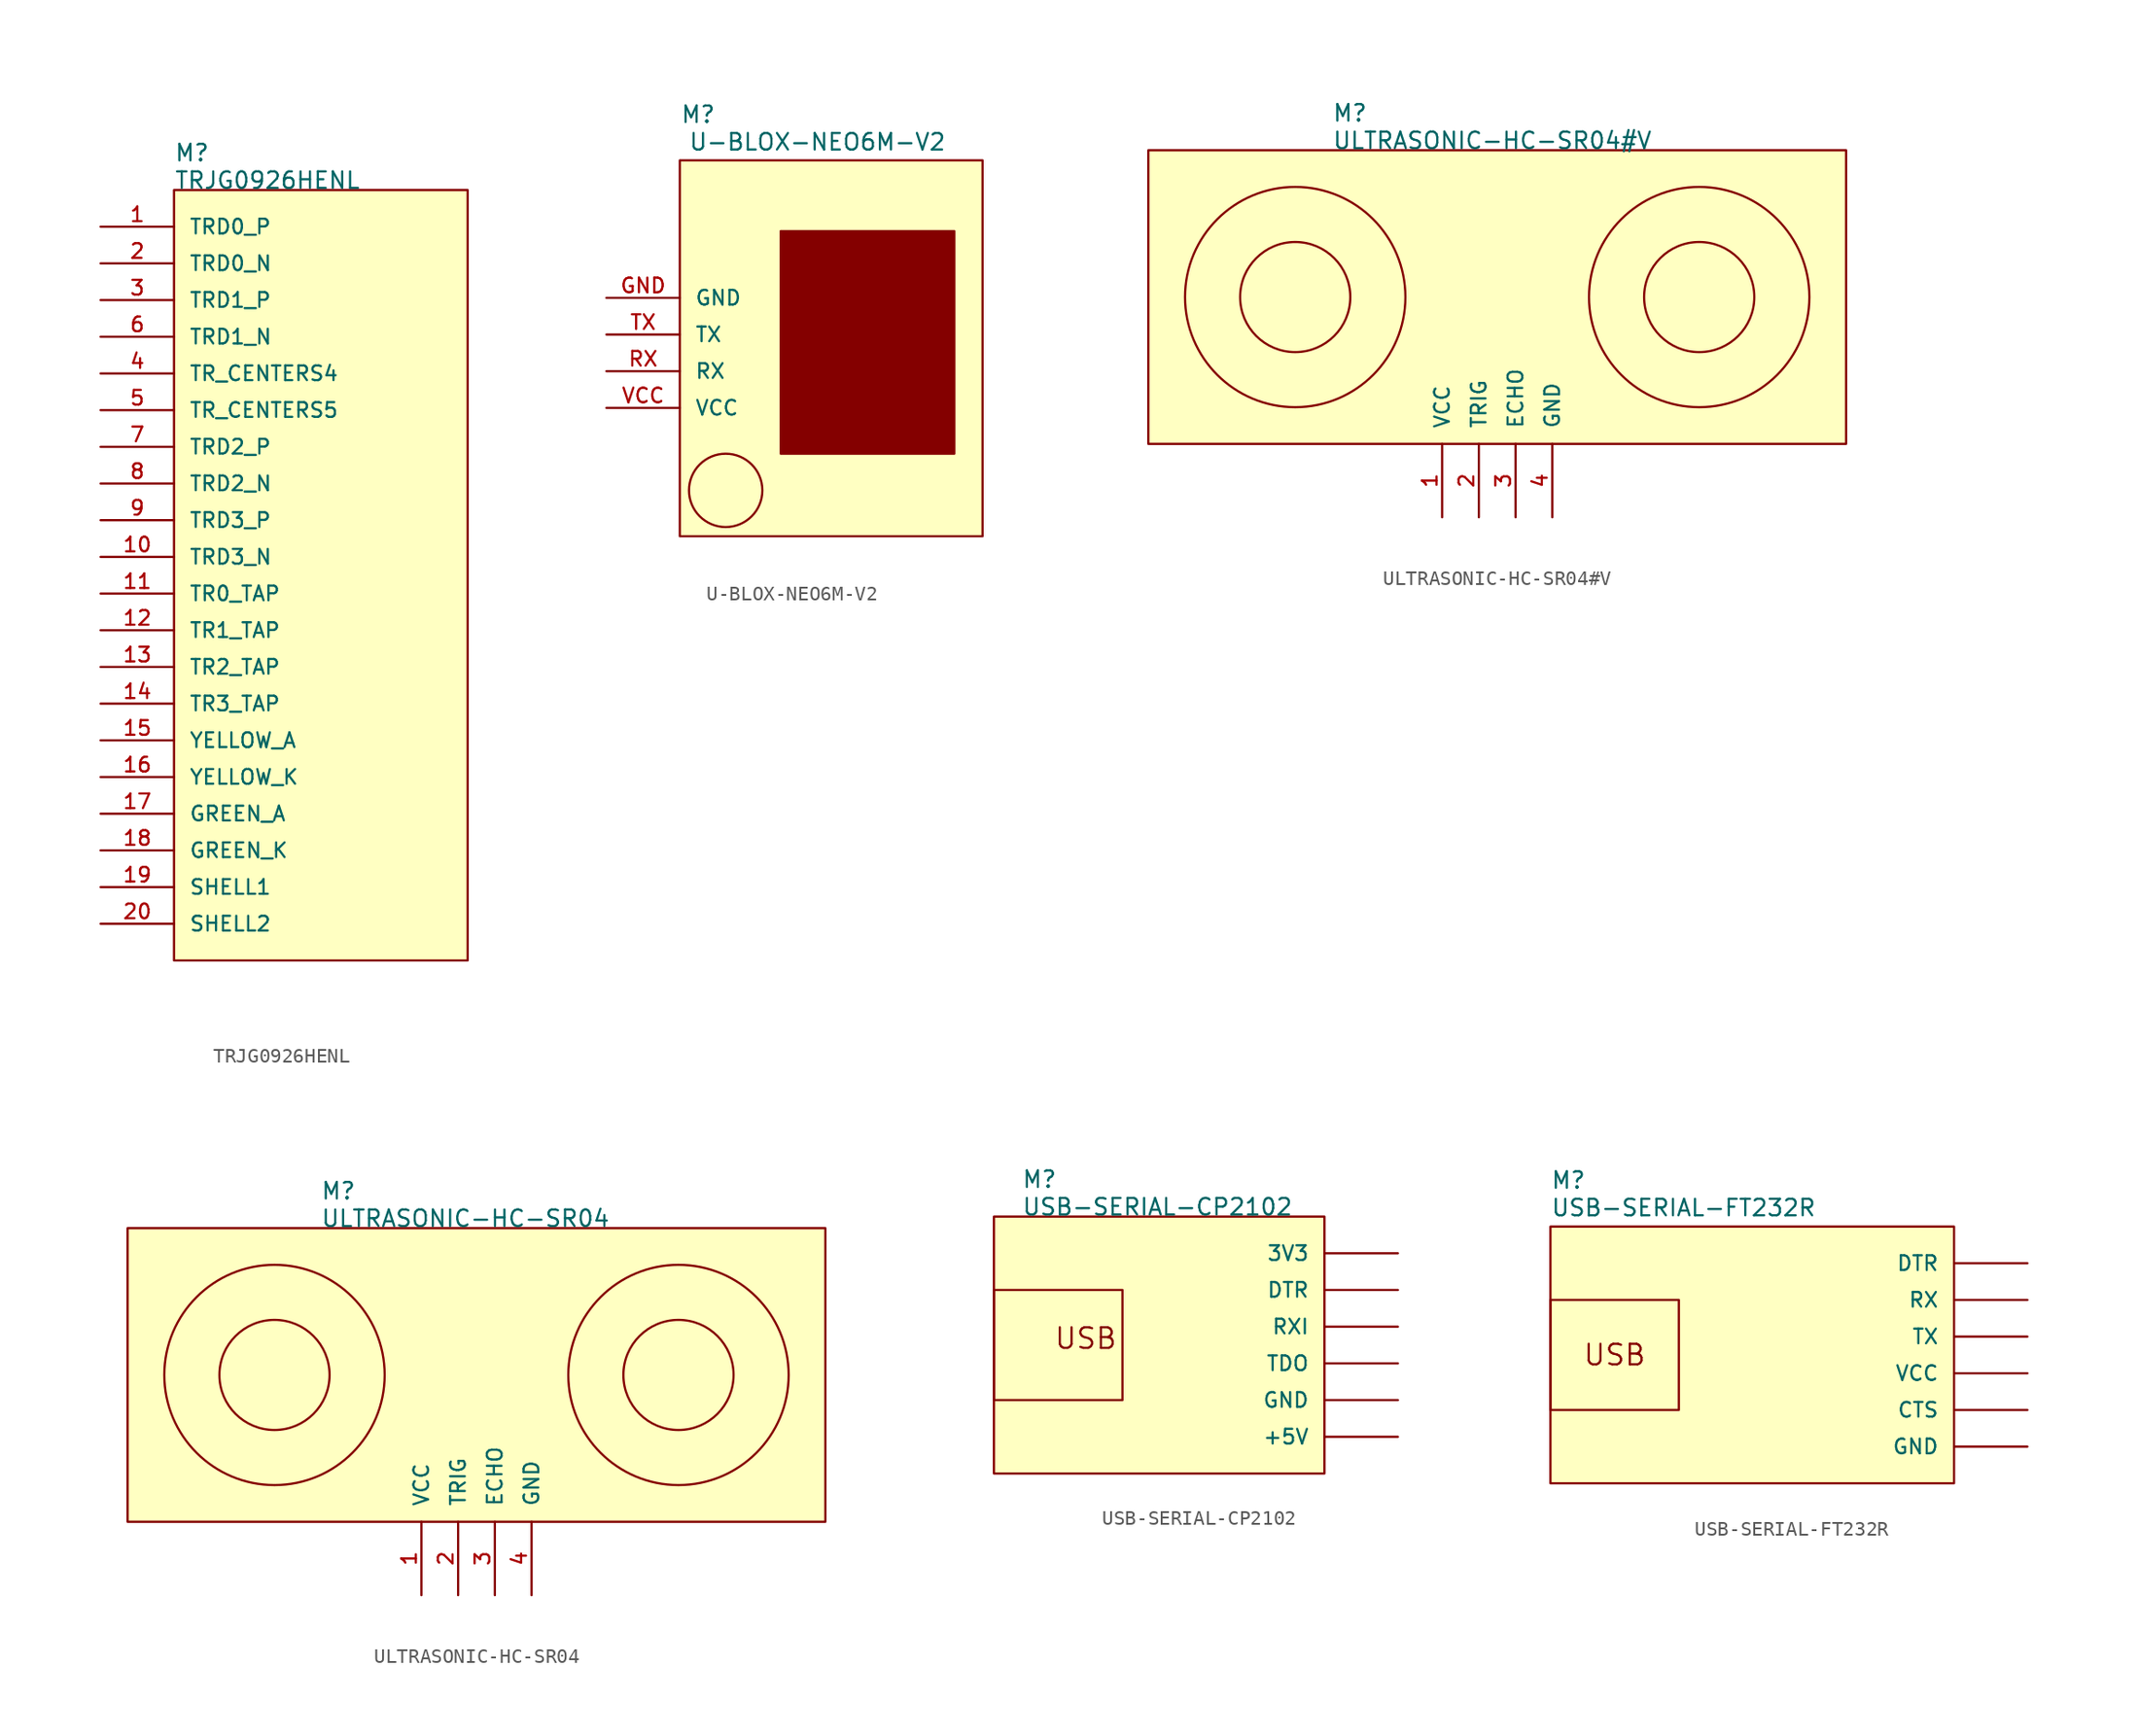
<source format=kicad_sym>
(kicad_symbol_lib
  (version 20231120)
  (generator "kicad_symbol_editor")
  (generator_version "8.0")
  (symbol "TRJG0926HENL"
    (pin_names
      (offset 1.016))
    (property "Reference" "M"
      (at -7.62 27.305 0)
      (effects (font (size 1.143 1.143)) (justify left bottom)))
    (property "Value" "TRJG0926HENL"
      (at -7.62 25.4 0)
      (effects (font (size 1.143 1.143)) (justify left bottom)))
    (property "ki_locked" ""
      (at 0 0 0)
      (effects (font (size 1.27 1.27))))
    (symbol "TRJG0926HENL_1_0"
      (rectangle (start -7.62 25.4) (end 12.7 -27.94) (stroke (width 0) (type default)) (fill (type background))))
    (symbol "TRJG0926HENL_1_1"
      (pin bidirectional line (at -12.7 22.86 0) (length 5.08) (name "TRD0_P" (effects (font (size 1.016 1.016)))) (number "1" (effects (font (size 1.016 1.016)))))
      (pin bidirectional line (at -12.7 0 0) (length 5.08) (name "TRD3_N" (effects (font (size 1.016 1.016)))) (number "10" (effects (font (size 1.016 1.016)))))
      (pin bidirectional line (at -12.7 -2.54 0) (length 5.08) (name "TR0_TAP" (effects (font (size 1.016 1.016)))) (number "11" (effects (font (size 1.016 1.016)))))
      (pin bidirectional line (at -12.7 -5.08 0) (length 5.08) (name "TR1_TAP" (effects (font (size 1.016 1.016)))) (number "12" (effects (font (size 1.016 1.016)))))
      (pin bidirectional line (at -12.7 -7.62 0) (length 5.08) (name "TR2_TAP" (effects (font (size 1.016 1.016)))) (number "13" (effects (font (size 1.016 1.016)))))
      (pin bidirectional line (at -12.7 -10.16 0) (length 5.08) (name "TR3_TAP" (effects (font (size 1.016 1.016)))) (number "14" (effects (font (size 1.016 1.016)))))
      (pin bidirectional line (at -12.7 -12.7 0) (length 5.08) (name "YELLOW_A" (effects (font (size 1.016 1.016)))) (number "15" (effects (font (size 1.016 1.016)))))
      (pin bidirectional line (at -12.7 -15.24 0) (length 5.08) (name "YELLOW_K" (effects (font (size 1.016 1.016)))) (number "16" (effects (font (size 1.016 1.016)))))
      (pin bidirectional line (at -12.7 -17.78 0) (length 5.08) (name "GREEN_A" (effects (font (size 1.016 1.016)))) (number "17" (effects (font (size 1.016 1.016)))))
      (pin bidirectional line (at -12.7 -20.32 0) (length 5.08) (name "GREEN_K" (effects (font (size 1.016 1.016)))) (number "18" (effects (font (size 1.016 1.016)))))
      (pin bidirectional line (at -12.7 -22.86 0) (length 5.08) (name "SHELL1" (effects (font (size 1.016 1.016)))) (number "19" (effects (font (size 1.016 1.016)))))
      (pin bidirectional line (at -12.7 20.32 0) (length 5.08) (name "TRD0_N" (effects (font (size 1.016 1.016)))) (number "2" (effects (font (size 1.016 1.016)))))
      (pin bidirectional line (at -12.7 -25.4 0) (length 5.08) (name "SHELL2" (effects (font (size 1.016 1.016)))) (number "20" (effects (font (size 1.016 1.016)))))
      (pin bidirectional line (at -12.7 17.78 0) (length 5.08) (name "TRD1_P" (effects (font (size 1.016 1.016)))) (number "3" (effects (font (size 1.016 1.016)))))
      (pin bidirectional line (at -12.7 12.7 0) (length 5.08) (name "TR_CENTERS4" (effects (font (size 1.016 1.016)))) (number "4" (effects (font (size 1.016 1.016)))))
      (pin bidirectional line (at -12.7 10.16 0) (length 5.08) (name "TR_CENTERS5" (effects (font (size 1.016 1.016)))) (number "5" (effects (font (size 1.016 1.016)))))
      (pin bidirectional line (at -12.7 15.24 0) (length 5.08) (name "TRD1_N" (effects (font (size 1.016 1.016)))) (number "6" (effects (font (size 1.016 1.016)))))
      (pin bidirectional line (at -12.7 7.62 0) (length 5.08) (name "TRD2_P" (effects (font (size 1.016 1.016)))) (number "7" (effects (font (size 1.016 1.016)))))
      (pin bidirectional line (at -12.7 5.08 0) (length 5.08) (name "TRD2_N" (effects (font (size 1.016 1.016)))) (number "8" (effects (font (size 1.016 1.016)))))
      (pin bidirectional line (at -12.7 2.54 0) (length 5.08) (name "TRD3_P" (effects (font (size 1.016 1.016)))) (number "9" (effects (font (size 1.016 1.016)))))))
  (symbol "U-BLOX-NEO6M-V2"
    (pin_names
      (offset 1.016))
    (property "Reference" "M"
      (at -3.175 16.51 0)
      (effects (font (size 1.143 1.143))))
    (property "Value" "U-BLOX-NEO6M-V2"
      (at 5.08 14.605 0)
      (effects (font (size 1.143 1.143))))
    (property "ki_locked" ""
      (at 0 0 0)
      (effects (font (size 1.27 1.27))))
    (symbol "U-BLOX-NEO6M-V2_1_0"
      (rectangle (start -4.445 13.335) (end 16.51 -12.7) (stroke (width 0) (type default)) (fill (type background))))
    (symbol "U-BLOX-NEO6M-V2_1_1"
      (circle (center -1.27 -9.525) (radius 2.54) (stroke (width 0) (type default)) (fill (type none)))
      (rectangle (start 2.54 -6.985) (end 14.554 8.433) (stroke (width 0) (type default)) (fill (type outline)))
      (pin bidirectional line (at -9.525 3.81 0) (length 5.08) (name "GND" (effects (font (size 1.016 1.016)))) (number "GND" (effects (font (size 1.016 1.016)))))
      (pin bidirectional line (at -9.525 -1.27 0) (length 5.08) (name "RX" (effects (font (size 1.016 1.016)))) (number "RX" (effects (font (size 1.016 1.016)))))
      (pin bidirectional line (at -9.525 1.27 0) (length 5.08) (name "TX" (effects (font (size 1.016 1.016)))) (number "TX" (effects (font (size 1.016 1.016)))))
      (pin bidirectional line (at -9.525 -3.81 0) (length 5.08) (name "VCC" (effects (font (size 1.016 1.016)))) (number "VCC" (effects (font (size 1.016 1.016)))))))
  (symbol "ULTRASONIC-HC-SR04#V"
    (pin_names
      (offset 1.016))
    (property "Reference" "M"
      (at -11.43 12.065 0)
      (effects (font (size 1.143 1.143)) (justify left bottom)))
    (property "Value" "ULTRASONIC-HC-SR04#V"
      (at -11.43 10.16 0)
      (effects (font (size 1.143 1.143)) (justify left bottom)))
    (property "ki_locked" ""
      (at 0 0 0)
      (effects (font (size 1.27 1.27))))
    (symbol "ULTRASONIC-HC-SR04#V_1_1"
      (rectangle (start -24.13 -10.16) (end 24.13 10.16) (stroke (width 0) (type default)) (fill (type background)))
      (circle (center -13.97 0) (radius 3.81) (stroke (width 0) (type default)) (fill (type none)))
      (circle (center -13.97 0) (radius 7.62) (stroke (width 0) (type default)) (fill (type none)))
      (circle (center 13.97 0) (radius 3.81) (stroke (width 0) (type default)) (fill (type none)))
      (circle (center 13.97 0) (radius 7.62) (stroke (width 0) (type default)) (fill (type none)))
      (pin power_in line (at -3.81 -15.24 90) (length 5.08) (name "VCC" (effects (font (size 1.016 1.016)))) (number "1" (effects (font (size 1.016 1.016)))))
      (pin input line (at -1.27 -15.24 90) (length 5.08) (name "TRIG" (effects (font (size 1.016 1.016)))) (number "2" (effects (font (size 1.016 1.016)))))
      (pin output line (at 1.27 -15.24 90) (length 5.08) (name "ECHO" (effects (font (size 1.016 1.016)))) (number "3" (effects (font (size 1.016 1.016)))))
      (pin power_in line (at 3.81 -15.24 90) (length 5.08) (name "GND" (effects (font (size 1.016 1.016)))) (number "4" (effects (font (size 1.016 1.016)))))))
  (symbol "ULTRASONIC-HC-SR04"
    (pin_names
      (offset 1.016))
    (property "Reference" "M"
      (at -9.525 12.065 0)
      (effects (font (size 1.143 1.143)) (justify left bottom)))
    (property "Value" "ULTRASONIC-HC-SR04"
      (at -9.525 10.16 0)
      (effects (font (size 1.143 1.143)) (justify left bottom)))
    (property "ki_locked" ""
      (at 0 0 0)
      (effects (font (size 1.27 1.27))))
    (symbol "ULTRASONIC-HC-SR04_1_1"
      (rectangle (start -22.86 -10.16) (end 25.4 10.16) (stroke (width 0) (type default)) (fill (type background)))
      (circle (center -12.7 0) (radius 3.81) (stroke (width 0) (type default)) (fill (type none)))
      (circle (center -12.7 0) (radius 7.62) (stroke (width 0) (type default)) (fill (type none)))
      (circle (center 15.24 0) (radius 3.81) (stroke (width 0) (type default)) (fill (type none)))
      (circle (center 15.24 0) (radius 7.62) (stroke (width 0) (type default)) (fill (type none)))
      (pin power_in line (at -2.54 -15.24 90) (length 5.08) (name "VCC" (effects (font (size 1.016 1.016)))) (number "1" (effects (font (size 1.016 1.016)))))
      (pin input line (at 0 -15.24 90) (length 5.08) (name "TRIG" (effects (font (size 1.016 1.016)))) (number "2" (effects (font (size 1.016 1.016)))))
      (pin output line (at 2.54 -15.24 90) (length 5.08) (name "ECHO" (effects (font (size 1.016 1.016)))) (number "3" (effects (font (size 1.016 1.016)))))
      (pin power_in line (at 5.08 -15.24 90) (length 5.08) (name "GND" (effects (font (size 1.016 1.016)))) (number "4" (effects (font (size 1.016 1.016)))))))
  (symbol "USB-SERIAL-CP2102"
    (pin_numbers hide)
    (pin_names
      (offset 1.016))
    (property "Reference" "M"
      (at -10.795 10.795 0)
      (effects (font (size 1.143 1.143)) (justify left bottom)))
    (property "Value" "USB-SERIAL-CP2102"
      (at -10.795 8.89 0)
      (effects (font (size 1.143 1.143)) (justify left bottom)))
    (property "ki_locked" ""
      (at 0 0 0)
      (effects (font (size 1.27 1.27))))
    (symbol "USB-SERIAL-CP2102_1_0"
      (text "USB" (at -6.35 0.457 0) (effects (font (size 1.422 1.422)))))
    (symbol "USB-SERIAL-CP2102_1_1"
      (rectangle (start -3.81 -3.81) (end -12.7 3.81) (stroke (width 0) (type default)) (fill (type none)))
      (rectangle (start 10.16 -8.89) (end -12.7 8.89) (stroke (width 0) (type default)) (fill (type background)))
      (pin power_in line (at 15.24 6.35 180) (length 5.08) (name "3V3" (effects (font (size 1.016 1.016)))) (number "1" (effects (font (size 1.016 1.016)))))
      (pin bidirectional line (at 15.24 3.81 180) (length 5.08) (name "DTR" (effects (font (size 1.016 1.016)))) (number "2" (effects (font (size 1.016 1.016)))))
      (pin bidirectional line (at 15.24 1.27 180) (length 5.08) (name "RXI" (effects (font (size 1.016 1.016)))) (number "3" (effects (font (size 1.016 1.016)))))
      (pin bidirectional line (at 15.24 -1.27 180) (length 5.08) (name "TDO" (effects (font (size 1.016 1.016)))) (number "4" (effects (font (size 1.016 1.016)))))
      (pin power_in line (at 15.24 -3.81 180) (length 5.08) (name "GND" (effects (font (size 1.016 1.016)))) (number "5" (effects (font (size 1.016 1.016)))))
      (pin power_in line (at 15.24 -6.35 180) (length 5.08) (name "+5V" (effects (font (size 1.016 1.016)))) (number "6" (effects (font (size 1.016 1.016)))))))
  (symbol "USB-SERIAL-FT232R"
    (pin_numbers hide)
    (pin_names
      (offset 1.016))
    (property "Reference" "M"
      (at -12.7 11.43 0)
      (effects (font (size 1.143 1.143)) (justify left bottom)))
    (property "Value" "USB-SERIAL-FT232R"
      (at -12.7 9.525 0)
      (effects (font (size 1.143 1.143)) (justify left bottom)))
    (property "ki_locked" ""
      (at 0 0 0)
      (effects (font (size 1.27 1.27))))
    (symbol "USB-SERIAL-FT232R_1_0"
      (rectangle (start -12.7 3.81) (end -3.81 -3.81) (stroke (width 0) (type default)) (fill (type none)))
      (rectangle (start -12.7 8.89) (end 15.24 -8.89) (stroke (width 0) (type default)) (fill (type background)))
      (text "USB" (at -8.255 0 0) (effects (font (size 1.422 1.422)))))
    (symbol "USB-SERIAL-FT232R_1_1"
      (pin bidirectional line (at 20.32 6.35 180) (length 5.08) (name "DTR" (effects (font (size 1.016 1.016)))) (number "1" (effects (font (size 1.016 1.016)))))
      (pin input line (at 20.32 3.81 180) (length 5.08) (name "RX" (effects (font (size 1.016 1.016)))) (number "2" (effects (font (size 1.016 1.016)))))
      (pin output line (at 20.32 1.27 180) (length 5.08) (name "TX" (effects (font (size 1.016 1.016)))) (number "3" (effects (font (size 1.016 1.016)))))
      (pin power_out line (at 20.32 -1.27 180) (length 5.08) (name "VCC" (effects (font (size 1.016 1.016)))) (number "4" (effects (font (size 1.016 1.016)))))
      (pin bidirectional line (at 20.32 -3.81 180) (length 5.08) (name "CTS" (effects (font (size 1.016 1.016)))) (number "5" (effects (font (size 1.016 1.016)))))
      (pin power_out line (at 20.32 -6.35 180) (length 5.08) (name "GND" (effects (font (size 1.016 1.016)))) (number "6" (effects (font (size 1.016 1.016))))))))
</source>
